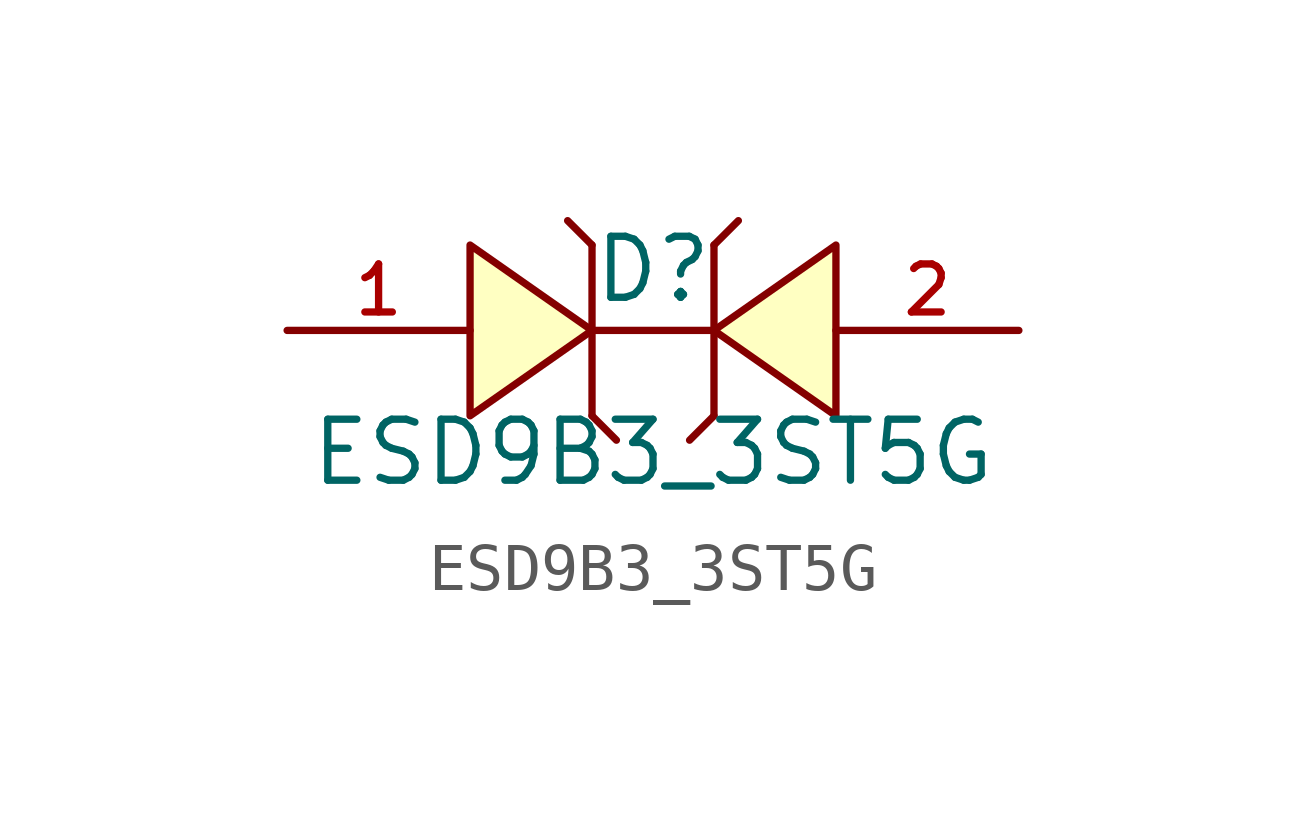
<source format=kicad_sym>
(kicad_symbol_lib
  (version 20220914)
  (generator kicad_symbol_editor)
  (symbol "ESD9B3_3ST5G"
    (pin_names hide)
    (property "Reference" "D"
      (at 0 1.27 0)
      (effects (font (size 1.27 1.27))))
    (property "Value" "ESD9B3_3ST5G"
      (at 0 -2.54 0)
      (effects (font (size 1.27 1.27))))
    (symbol "ESD9B3_3ST5G_0_1"
      (polyline (pts (xy -1.27 -1.778) (xy -1.27 1.778)) (stroke (width 0) (type default)) (fill (type none)))
      (polyline (pts (xy -1.27 -1.778) (xy -0.762 -2.286)) (stroke (width 0) (type default)) (fill (type none)))
      (polyline (pts (xy -1.27 0) (xy 1.27 0)) (stroke (width 0) (type default)) (fill (type none)))
      (polyline (pts (xy -1.27 1.778) (xy -1.778 2.286)) (stroke (width 0) (type default)) (fill (type none)))
      (polyline (pts (xy 1.27 -1.778) (xy 0.762 -2.286)) (stroke (width 0) (type default)) (fill (type none)))
      (polyline (pts (xy 1.27 1.778) (xy 1.27 -1.778)) (stroke (width 0) (type default)) (fill (type none)))
      (polyline (pts (xy 1.27 1.778) (xy 1.778 2.286)) (stroke (width 0) (type default)) (fill (type none)))
      (polyline (pts (xy -3.81 -1.778) (xy -1.27 0) (xy -3.81 1.778) (xy -3.81 -1.778)) (stroke (width 0) (type default)) (fill (type background)))
      (polyline (pts (xy 3.81 1.778) (xy 1.27 0) (xy 3.81 -1.778) (xy 3.81 1.778)) (stroke (width 0) (type default)) (fill (type background)))
      (pin passive line (at -7.62 0 0) (length 3.81) (name "1" (effects (font (size 1 1)))) (number "1" (effects (font (size 1 1)))))
      (pin passive line (at 7.62 0 180) (length 3.81) (name "2" (effects (font (size 1 1)))) (number "2" (effects (font (size 1 1))))))))
</source>
